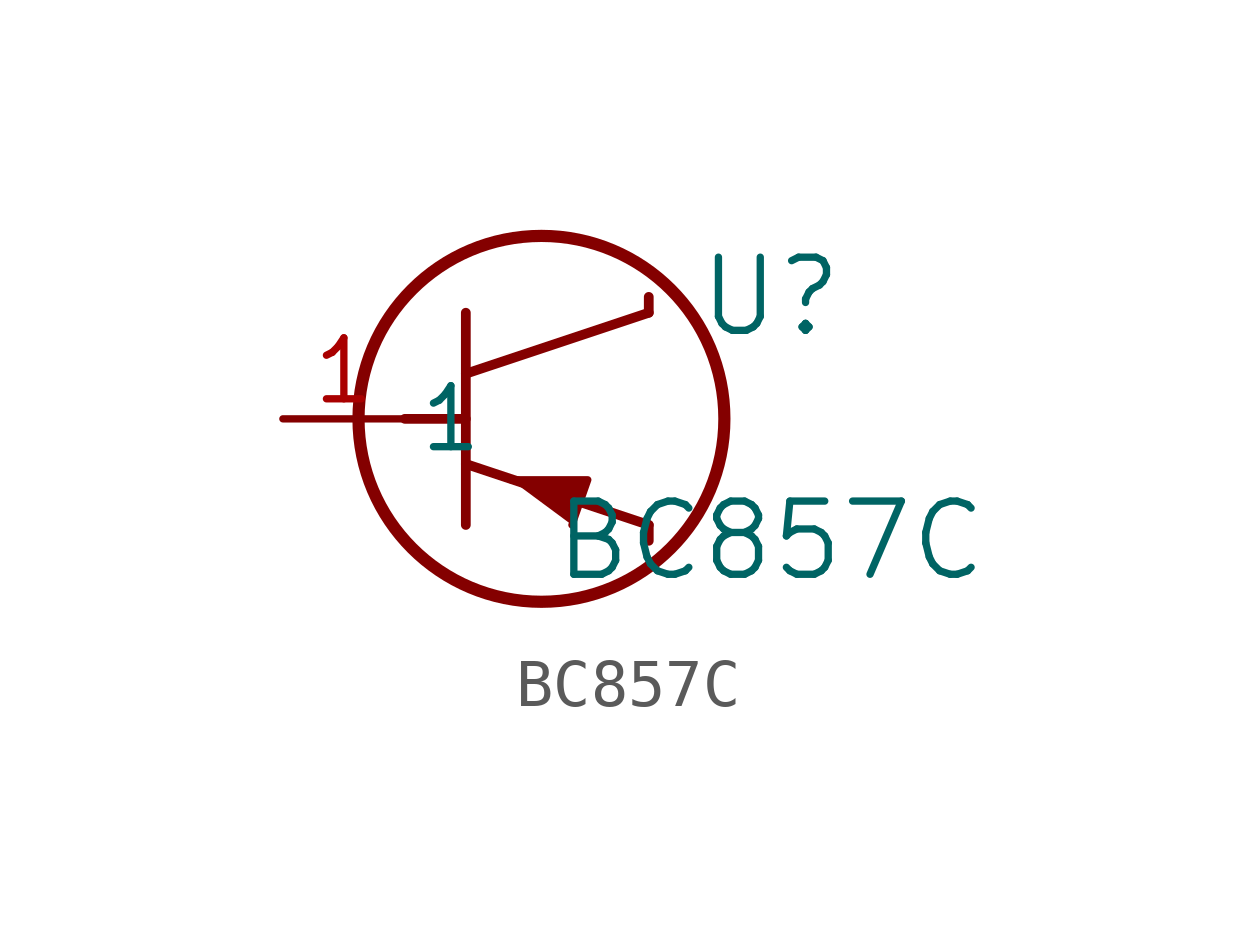
<source format=kicad_sym>
(kicad_symbol_lib
  (version 20211014)
  (generator kicad_symbol_editor)
  (symbol "BC857C"
    (pin_names
      (offset 0.254))
    (property "Reference" "U"
      (at 10.16 2.54 0)
      (effects (font (size 1.524 1.524))))
    (property "Value" "BC857C"
      (at 10.16 -2.54 0)
      (effects (font (size 1.524 1.524))))
    (symbol "BC857C_0_1"
      (circle (center 5.385 0) (radius 3.81) (stroke (width 0.254) (type default) (color 0 0 0 0)) (fill (type none)))
      (polyline (pts (xy 3.81 -2.21) (xy 3.81 2.21)) (stroke (width 0.203) (type default) (color 0 0 0 0)) (fill (type none)))
      (polyline (pts (xy 3.81 0.94) (xy 7.62 2.21)) (stroke (width 0.203) (type default) (color 0 0 0 0)) (fill (type none)))
      (polyline (pts (xy 3.81 -0.94) (xy 7.62 -2.21)) (stroke (width 0.203) (type default) (color 0 0 0 0)) (fill (type none)))
      (polyline (pts (xy 7.62 -2.54) (xy 7.62 -2.21)) (stroke (width 0.203) (type default) (color 0 0 0 0)) (fill (type none)))
      (polyline (pts (xy 7.62 2.21) (xy 7.62 2.54)) (stroke (width 0.203) (type default) (color 0 0 0 0)) (fill (type none)))
      (polyline (pts (xy 2.54 0) (xy 3.81 0)) (stroke (width 0.203) (type default) (color 0 0 0 0)) (fill (type none)))
      (polyline (pts (xy 6.02 -2.21) (xy 6.35 -1.27) (xy 4.75 -1.27)) (stroke (width 0) (type default) (color 0 0 0 0)) (fill (type outline)))
      (pin unspecified line (at 0 0 0) (length 2.54) (name "1" (effects (font (size 1.27 1.27)))) (number "1" (effects (font (size 1.27 1.27))))))))
</source>
